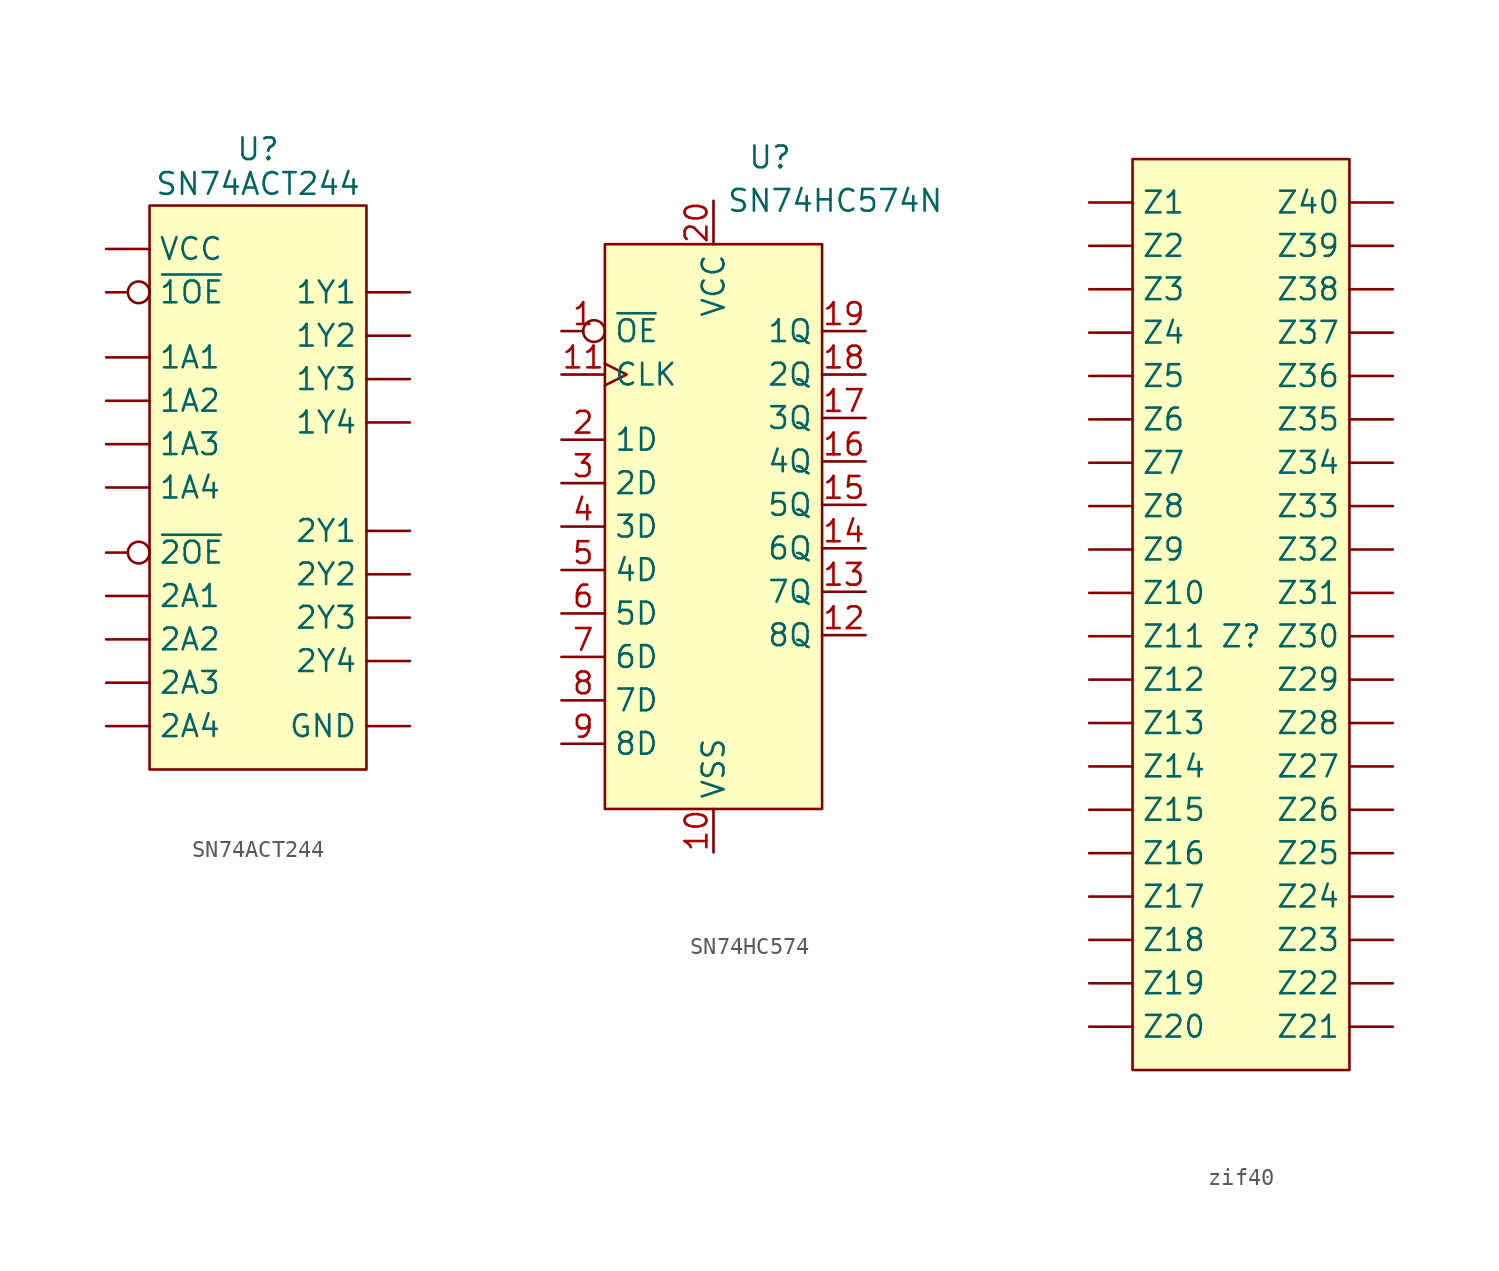
<source format=kicad_sym>
(kicad_symbol_lib
  (version 20231120)
  (generator "kicad_symbol_editor")
  (generator_version "8.0")
  (symbol "SN74ACT244"
    (property "Reference" "U"
      (at 0 16.002 0)
      (effects (font (size 1.27 1.27))))
    (property "Value" "SN74ACT244"
      (at 0 13.97 0)
      (effects (font (size 1.27 1.27))))
    (symbol "SN74ACT244_1_1"
      (rectangle (start -6.35 12.7) (end 6.35 -20.32) (stroke (width 0) (type default)) (fill (type background)))
      (pin input line (at -8.89 3.81 0) (length 2.54) (name "1A1" (effects (font (size 1.27 1.27)))) (number "" (effects (font (size 1.27 1.27)))))
      (pin input line (at -8.89 1.27 0) (length 2.54) (name "1A2" (effects (font (size 1.27 1.27)))) (number "" (effects (font (size 1.27 1.27)))))
      (pin input line (at -8.89 -1.27 0) (length 2.54) (name "1A3" (effects (font (size 1.27 1.27)))) (number "" (effects (font (size 1.27 1.27)))))
      (pin input line (at -8.89 -3.81 0) (length 2.54) (name "1A4" (effects (font (size 1.27 1.27)))) (number "" (effects (font (size 1.27 1.27)))))
      (pin tri_state line (at 8.89 7.62 180) (length 2.54) (name "1Y1" (effects (font (size 1.27 1.27)))) (number "" (effects (font (size 1.27 1.27)))))
      (pin tri_state line (at 8.89 5.08 180) (length 2.54) (name "1Y2" (effects (font (size 1.27 1.27)))) (number "" (effects (font (size 1.27 1.27)))))
      (pin tri_state line (at 8.89 2.54 180) (length 2.54) (name "1Y3" (effects (font (size 1.27 1.27)))) (number "" (effects (font (size 1.27 1.27)))))
      (pin tri_state line (at 8.89 0 180) (length 2.54) (name "1Y4" (effects (font (size 1.27 1.27)))) (number "" (effects (font (size 1.27 1.27)))))
      (pin input line (at -8.89 -10.16 0) (length 2.54) (name "2A1" (effects (font (size 1.27 1.27)))) (number "" (effects (font (size 1.27 1.27)))))
      (pin input line (at -8.89 -12.7 0) (length 2.54) (name "2A2" (effects (font (size 1.27 1.27)))) (number "" (effects (font (size 1.27 1.27)))))
      (pin input line (at -8.89 -15.24 0) (length 2.54) (name "2A3" (effects (font (size 1.27 1.27)))) (number "" (effects (font (size 1.27 1.27)))))
      (pin input line (at -8.89 -17.78 0) (length 2.54) (name "2A4" (effects (font (size 1.27 1.27)))) (number "" (effects (font (size 1.27 1.27)))))
      (pin tri_state line (at 8.89 -6.35 180) (length 2.54) (name "2Y1" (effects (font (size 1.27 1.27)))) (number "" (effects (font (size 1.27 1.27)))))
      (pin tri_state line (at 8.89 -8.89 180) (length 2.54) (name "2Y2" (effects (font (size 1.27 1.27)))) (number "" (effects (font (size 1.27 1.27)))))
      (pin tri_state line (at 8.89 -11.43 180) (length 2.54) (name "2Y3" (effects (font (size 1.27 1.27)))) (number "" (effects (font (size 1.27 1.27)))))
      (pin tri_state line (at 8.89 -13.97 180) (length 2.54) (name "2Y4" (effects (font (size 1.27 1.27)))) (number "" (effects (font (size 1.27 1.27)))))
      (pin power_in line (at 8.89 -17.78 180) (length 2.54) (name "GND" (effects (font (size 1.27 1.27)))) (number "" (effects (font (size 1.27 1.27)))))
      (pin power_in line (at -8.89 10.16 0) (length 2.54) (name "VCC" (effects (font (size 1.27 1.27)))) (number "" (effects (font (size 1.27 1.27)))))
      (pin input inverted (at -8.89 7.62 0) (length 2.54) (name "~{1OE}" (effects (font (size 1.27 1.27)))) (number "" (effects (font (size 1.27 1.27)))))
      (pin input inverted (at -8.89 -7.62 0) (length 2.54) (name "~{2OE}" (effects (font (size 1.27 1.27)))) (number "" (effects (font (size 1.27 1.27)))))))
  (symbol "SN74HC574"
    (property "Reference" "U"
      (at 3.302 17.78 0)
      (effects (font (size 1.27 1.27))))
    (property "Value" "SN74HC574N"
      (at 7.112 15.24 0)
      (effects (font (size 1.27 1.27))))
    (symbol "SN74HC574_1_1"
      (rectangle (start -6.35 12.7) (end 6.35 -20.32) (stroke (width 0) (type default)) (fill (type background)))
      (pin input inverted (at -8.89 7.62 0) (length 2.54) (name "~{OE}" (effects (font (size 1.27 1.27)))) (number "1" (effects (font (size 1.27 1.27)))))
      (pin power_in line (at 0 -22.86 90) (length 2.54) (name "VSS" (effects (font (size 1.27 1.27)))) (number "10" (effects (font (size 1.27 1.27)))))
      (pin input clock (at -8.89 5.08 0) (length 2.54) (name "CLK" (effects (font (size 1.27 1.27)))) (number "11" (effects (font (size 1.27 1.27)))))
      (pin output line (at 8.89 -10.16 180) (length 2.54) (name "8Q" (effects (font (size 1.27 1.27)))) (number "12" (effects (font (size 1.27 1.27)))))
      (pin output line (at 8.89 -7.62 180) (length 2.54) (name "7Q" (effects (font (size 1.27 1.27)))) (number "13" (effects (font (size 1.27 1.27)))))
      (pin output line (at 8.89 -5.08 180) (length 2.54) (name "6Q" (effects (font (size 1.27 1.27)))) (number "14" (effects (font (size 1.27 1.27)))))
      (pin output line (at 8.89 -2.54 180) (length 2.54) (name "5Q" (effects (font (size 1.27 1.27)))) (number "15" (effects (font (size 1.27 1.27)))))
      (pin output line (at 8.89 0 180) (length 2.54) (name "4Q" (effects (font (size 1.27 1.27)))) (number "16" (effects (font (size 1.27 1.27)))))
      (pin output line (at 8.89 2.54 180) (length 2.54) (name "3Q" (effects (font (size 1.27 1.27)))) (number "17" (effects (font (size 1.27 1.27)))))
      (pin output line (at 8.89 5.08 180) (length 2.54) (name "2Q" (effects (font (size 1.27 1.27)))) (number "18" (effects (font (size 1.27 1.27)))))
      (pin output line (at 8.89 7.62 180) (length 2.54) (name "1Q" (effects (font (size 1.27 1.27)))) (number "19" (effects (font (size 1.27 1.27)))))
      (pin input line (at -8.89 1.27 0) (length 2.54) (name "1D" (effects (font (size 1.27 1.27)))) (number "2" (effects (font (size 1.27 1.27)))))
      (pin power_in line (at 0 15.24 270) (length 2.54) (name "VCC" (effects (font (size 1.27 1.27)))) (number "20" (effects (font (size 1.27 1.27)))))
      (pin input line (at -8.89 -1.27 0) (length 2.54) (name "2D" (effects (font (size 1.27 1.27)))) (number "3" (effects (font (size 1.27 1.27)))))
      (pin input line (at -8.89 -3.81 0) (length 2.54) (name "3D" (effects (font (size 1.27 1.27)))) (number "4" (effects (font (size 1.27 1.27)))))
      (pin input line (at -8.89 -6.35 0) (length 2.54) (name "4D" (effects (font (size 1.27 1.27)))) (number "5" (effects (font (size 1.27 1.27)))))
      (pin input line (at -8.89 -8.89 0) (length 2.54) (name "5D" (effects (font (size 1.27 1.27)))) (number "6" (effects (font (size 1.27 1.27)))))
      (pin input line (at -8.89 -11.43 0) (length 2.54) (name "6D" (effects (font (size 1.27 1.27)))) (number "7" (effects (font (size 1.27 1.27)))))
      (pin input line (at -8.89 -13.97 0) (length 2.54) (name "7D" (effects (font (size 1.27 1.27)))) (number "8" (effects (font (size 1.27 1.27)))))
      (pin input line (at -8.89 -16.51 0) (length 2.54) (name "8D" (effects (font (size 1.27 1.27)))) (number "9" (effects (font (size 1.27 1.27)))))))
  (symbol "zif40"
    (property "Reference" "Z"
      (at 0 0 0)
      (effects (font (size 1.27 1.27))))
    (property "Value" ""
      (at 0 0 0)
      (effects (font (size 1.27 1.27))))
    (symbol "zif40_1_1"
      (rectangle (start -6.35 27.94) (end 6.35 -25.4) (stroke (width 0) (type default)) (fill (type background)))
      (pin input line (at -8.89 25.4 0) (length 2.54) (name "Z1" (effects (font (size 1.27 1.27)))) (number "" (effects (font (size 1.27 1.27)))))
      (pin input line (at -8.89 2.54 0) (length 2.54) (name "Z10" (effects (font (size 1.27 1.27)))) (number "" (effects (font (size 1.27 1.27)))))
      (pin input line (at -8.89 0 0) (length 2.54) (name "Z11" (effects (font (size 1.27 1.27)))) (number "" (effects (font (size 1.27 1.27)))))
      (pin input line (at -8.89 -2.54 0) (length 2.54) (name "Z12" (effects (font (size 1.27 1.27)))) (number "" (effects (font (size 1.27 1.27)))))
      (pin input line (at -8.89 -5.08 0) (length 2.54) (name "Z13" (effects (font (size 1.27 1.27)))) (number "" (effects (font (size 1.27 1.27)))))
      (pin input line (at -8.89 -7.62 0) (length 2.54) (name "Z14" (effects (font (size 1.27 1.27)))) (number "" (effects (font (size 1.27 1.27)))))
      (pin input line (at -8.89 -10.16 0) (length 2.54) (name "Z15" (effects (font (size 1.27 1.27)))) (number "" (effects (font (size 1.27 1.27)))))
      (pin input line (at -8.89 -12.7 0) (length 2.54) (name "Z16" (effects (font (size 1.27 1.27)))) (number "" (effects (font (size 1.27 1.27)))))
      (pin input line (at -8.89 -15.24 0) (length 2.54) (name "Z17" (effects (font (size 1.27 1.27)))) (number "" (effects (font (size 1.27 1.27)))))
      (pin input line (at -8.89 -17.78 0) (length 2.54) (name "Z18" (effects (font (size 1.27 1.27)))) (number "" (effects (font (size 1.27 1.27)))))
      (pin input line (at -8.89 -20.32 0) (length 2.54) (name "Z19" (effects (font (size 1.27 1.27)))) (number "" (effects (font (size 1.27 1.27)))))
      (pin input line (at -8.89 22.86 0) (length 2.54) (name "Z2" (effects (font (size 1.27 1.27)))) (number "" (effects (font (size 1.27 1.27)))))
      (pin input line (at -8.89 -22.86 0) (length 2.54) (name "Z20" (effects (font (size 1.27 1.27)))) (number "" (effects (font (size 1.27 1.27)))))
      (pin input line (at 8.89 -22.86 180) (length 2.54) (name "Z21" (effects (font (size 1.27 1.27)))) (number "" (effects (font (size 1.27 1.27)))))
      (pin input line (at 8.89 -20.32 180) (length 2.54) (name "Z22" (effects (font (size 1.27 1.27)))) (number "" (effects (font (size 1.27 1.27)))))
      (pin input line (at 8.89 -17.78 180) (length 2.54) (name "Z23" (effects (font (size 1.27 1.27)))) (number "" (effects (font (size 1.27 1.27)))))
      (pin input line (at 8.89 -15.24 180) (length 2.54) (name "Z24" (effects (font (size 1.27 1.27)))) (number "" (effects (font (size 1.27 1.27)))))
      (pin input line (at 8.89 -12.7 180) (length 2.54) (name "Z25" (effects (font (size 1.27 1.27)))) (number "" (effects (font (size 1.27 1.27)))))
      (pin input line (at 8.89 -10.16 180) (length 2.54) (name "Z26" (effects (font (size 1.27 1.27)))) (number "" (effects (font (size 1.27 1.27)))))
      (pin input line (at 8.89 -7.62 180) (length 2.54) (name "Z27" (effects (font (size 1.27 1.27)))) (number "" (effects (font (size 1.27 1.27)))))
      (pin input line (at 8.89 -5.08 180) (length 2.54) (name "Z28" (effects (font (size 1.27 1.27)))) (number "" (effects (font (size 1.27 1.27)))))
      (pin input line (at 8.89 -2.54 180) (length 2.54) (name "Z29" (effects (font (size 1.27 1.27)))) (number "" (effects (font (size 1.27 1.27)))))
      (pin input line (at -8.89 20.32 0) (length 2.54) (name "Z3" (effects (font (size 1.27 1.27)))) (number "" (effects (font (size 1.27 1.27)))))
      (pin input line (at 8.89 0 180) (length 2.54) (name "Z30" (effects (font (size 1.27 1.27)))) (number "" (effects (font (size 1.27 1.27)))))
      (pin input line (at 8.89 2.54 180) (length 2.54) (name "Z31" (effects (font (size 1.27 1.27)))) (number "" (effects (font (size 1.27 1.27)))))
      (pin input line (at 8.89 5.08 180) (length 2.54) (name "Z32" (effects (font (size 1.27 1.27)))) (number "" (effects (font (size 1.27 1.27)))))
      (pin input line (at 8.89 7.62 180) (length 2.54) (name "Z33" (effects (font (size 1.27 1.27)))) (number "" (effects (font (size 1.27 1.27)))))
      (pin input line (at 8.89 10.16 180) (length 2.54) (name "Z34" (effects (font (size 1.27 1.27)))) (number "" (effects (font (size 1.27 1.27)))))
      (pin input line (at 8.89 12.7 180) (length 2.54) (name "Z35" (effects (font (size 1.27 1.27)))) (number "" (effects (font (size 1.27 1.27)))))
      (pin input line (at 8.89 15.24 180) (length 2.54) (name "Z36" (effects (font (size 1.27 1.27)))) (number "" (effects (font (size 1.27 1.27)))))
      (pin input line (at 8.89 17.78 180) (length 2.54) (name "Z37" (effects (font (size 1.27 1.27)))) (number "" (effects (font (size 1.27 1.27)))))
      (pin input line (at 8.89 20.32 180) (length 2.54) (name "Z38" (effects (font (size 1.27 1.27)))) (number "" (effects (font (size 1.27 1.27)))))
      (pin input line (at 8.89 22.86 180) (length 2.54) (name "Z39" (effects (font (size 1.27 1.27)))) (number "" (effects (font (size 1.27 1.27)))))
      (pin input line (at -8.89 17.78 0) (length 2.54) (name "Z4" (effects (font (size 1.27 1.27)))) (number "" (effects (font (size 1.27 1.27)))))
      (pin input line (at 8.89 25.4 180) (length 2.54) (name "Z40" (effects (font (size 1.27 1.27)))) (number "" (effects (font (size 1.27 1.27)))))
      (pin input line (at -8.89 15.24 0) (length 2.54) (name "Z5" (effects (font (size 1.27 1.27)))) (number "" (effects (font (size 1.27 1.27)))))
      (pin input line (at -8.89 12.7 0) (length 2.54) (name "Z6" (effects (font (size 1.27 1.27)))) (number "" (effects (font (size 1.27 1.27)))))
      (pin input line (at -8.89 10.16 0) (length 2.54) (name "Z7" (effects (font (size 1.27 1.27)))) (number "" (effects (font (size 1.27 1.27)))))
      (pin input line (at -8.89 7.62 0) (length 2.54) (name "Z8" (effects (font (size 1.27 1.27)))) (number "" (effects (font (size 1.27 1.27)))))
      (pin input line (at -8.89 5.08 0) (length 2.54) (name "Z9" (effects (font (size 1.27 1.27)))) (number "" (effects (font (size 1.27 1.27))))))))
</source>
